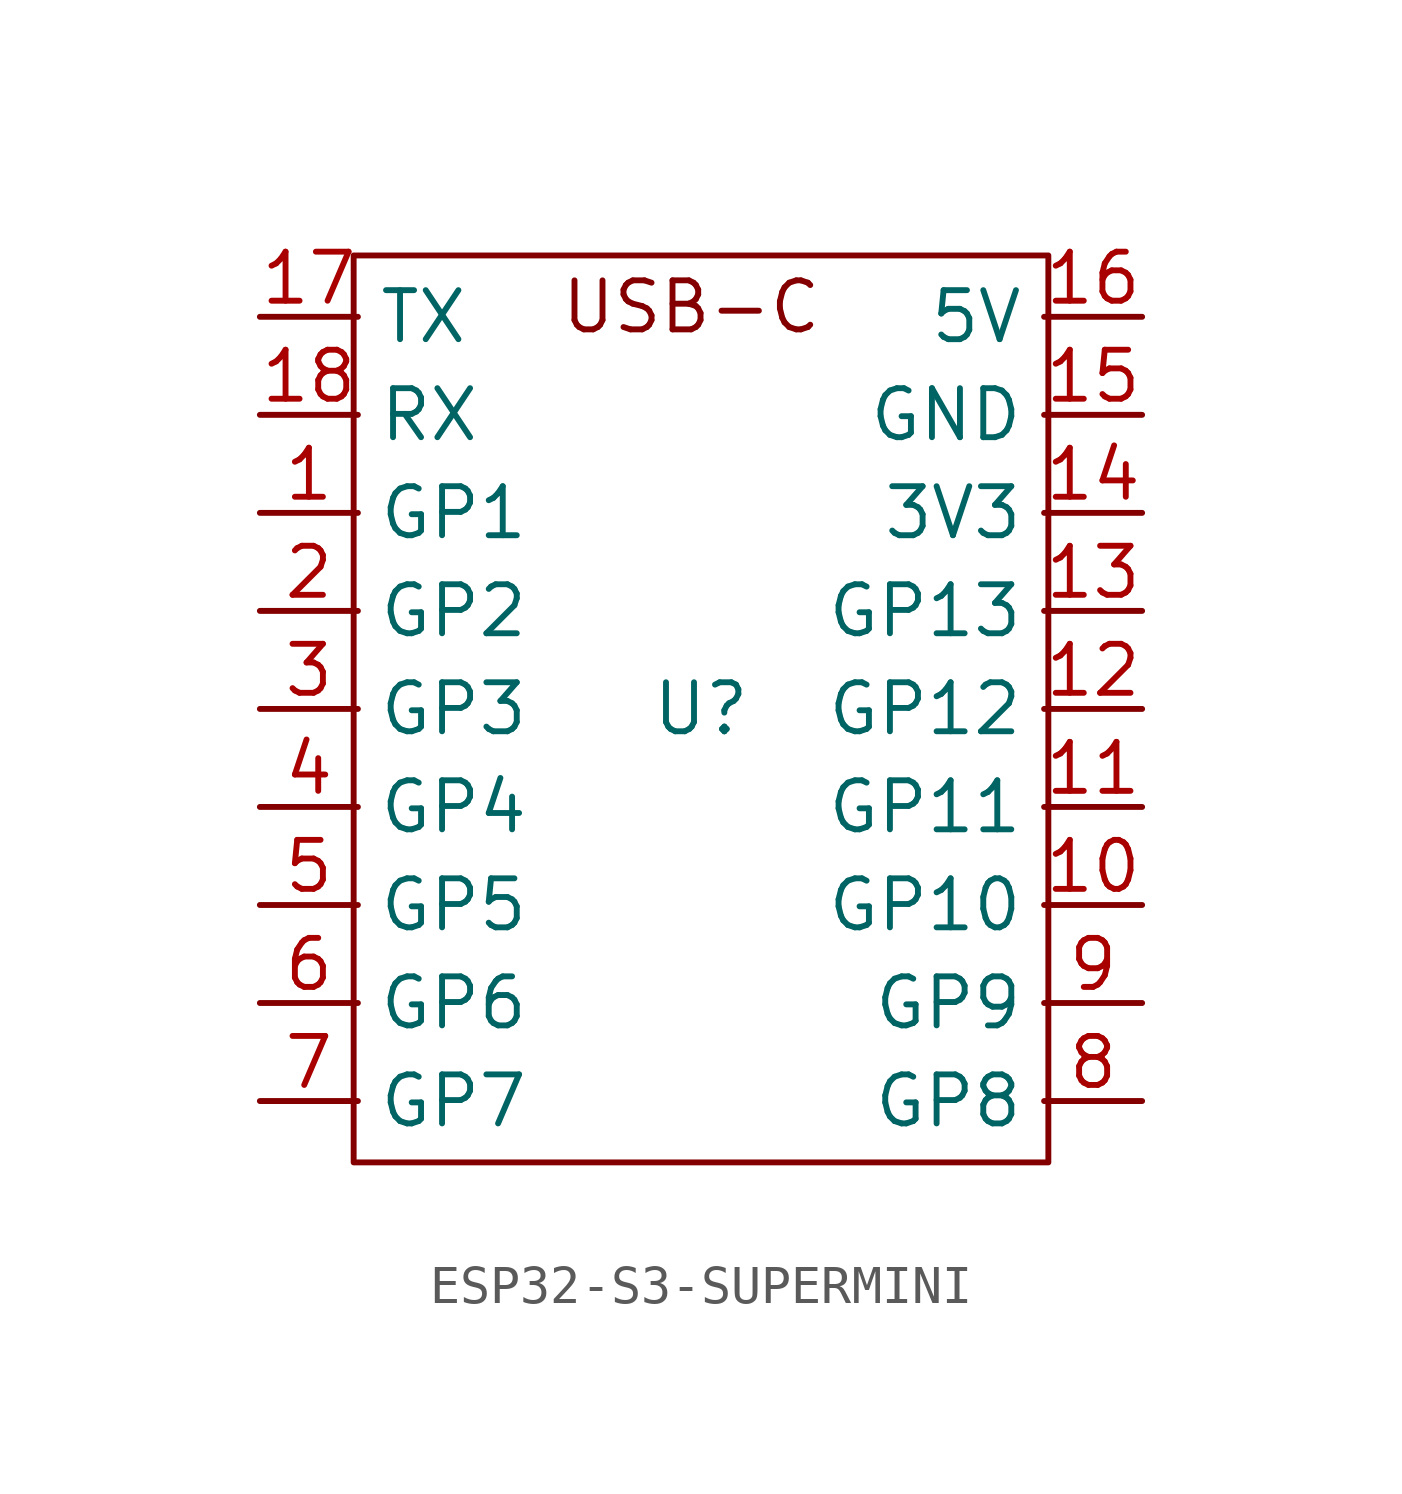
<source format=kicad_sym>
(kicad_symbol_lib
  (version 20241209)
  (generator "kicad_symbol_editor")
  (generator_version "9.0")
  (symbol "ESP32-S3-SUPERMINI"
    (property "Reference" "U"
      (at 0 0 0)
      (effects (font (size 1.27 1.27))))
    (property "Value" ""
      (at 0 0 0)
      (effects (font (size 1.27 1.27))))
    (symbol "ESP32-S3-SUPERMINI_0_1"
      (rectangle (start -9 11.75) (end 9 -11.75) (stroke (width 0) (type default)) (fill (type none))))
    (symbol "ESP32-S3-SUPERMINI_1_1"
      (text "USB-C\n" (at -0.254 10.414 0) (effects (font (size 1.27 1.27))))
      (pin input line (at -11.43 10.16 0) (length 2.54) (name "TX" (effects (font (size 1.27 1.27)))) (number "17" (effects (font (size 1.27 1.27)))))
      (pin input line (at -11.43 7.62 0) (length 2.54) (name "RX" (effects (font (size 1.27 1.27)))) (number "18" (effects (font (size 1.27 1.27)))))
      (pin input line (at -11.43 5.08 0) (length 2.54) (name "GP1" (effects (font (size 1.27 1.27)))) (number "1" (effects (font (size 1.27 1.27)))))
      (pin input line (at -11.43 2.54 0) (length 2.54) (name "GP2" (effects (font (size 1.27 1.27)))) (number "2" (effects (font (size 1.27 1.27)))))
      (pin input line (at -11.43 0 0) (length 2.54) (name "GP3" (effects (font (size 1.27 1.27)))) (number "3" (effects (font (size 1.27 1.27)))))
      (pin input line (at -11.43 -2.54 0) (length 2.54) (name "GP4" (effects (font (size 1.27 1.27)))) (number "4" (effects (font (size 1.27 1.27)))))
      (pin input line (at -11.43 -5.08 0) (length 2.54) (name "GP5" (effects (font (size 1.27 1.27)))) (number "5" (effects (font (size 1.27 1.27)))))
      (pin input line (at -11.43 -7.62 0) (length 2.54) (name "GP6" (effects (font (size 1.27 1.27)))) (number "6" (effects (font (size 1.27 1.27)))))
      (pin input line (at -11.43 -10.16 0) (length 2.54) (name "GP7" (effects (font (size 1.27 1.27)))) (number "7" (effects (font (size 1.27 1.27)))))
      (pin input line (at 11.43 10.16 180) (length 2.54) (name "5V" (effects (font (size 1.27 1.27)))) (number "16" (effects (font (size 1.27 1.27)))))
      (pin input line (at 11.43 7.62 180) (length 2.54) (name "GND" (effects (font (size 1.27 1.27)))) (number "15" (effects (font (size 1.27 1.27)))))
      (pin input line (at 11.43 5.08 180) (length 2.54) (name "3V3" (effects (font (size 1.27 1.27)))) (number "14" (effects (font (size 1.27 1.27)))))
      (pin input line (at 11.43 2.54 180) (length 2.54) (name "GP13" (effects (font (size 1.27 1.27)))) (number "13" (effects (font (size 1.27 1.27)))))
      (pin input line (at 11.43 0 180) (length 2.54) (name "GP12" (effects (font (size 1.27 1.27)))) (number "12" (effects (font (size 1.27 1.27)))))
      (pin input line (at 11.43 -2.54 180) (length 2.54) (name "GP11" (effects (font (size 1.27 1.27)))) (number "11" (effects (font (size 1.27 1.27)))))
      (pin input line (at 11.43 -5.08 180) (length 2.54) (name "GP10" (effects (font (size 1.27 1.27)))) (number "10" (effects (font (size 1.27 1.27)))))
      (pin input line (at 11.43 -7.62 180) (length 2.54) (name "GP9" (effects (font (size 1.27 1.27)))) (number "9" (effects (font (size 1.27 1.27)))))
      (pin input line (at 11.43 -10.16 180) (length 2.54) (name "GP8" (effects (font (size 1.27 1.27)))) (number "8" (effects (font (size 1.27 1.27))))))))
</source>
